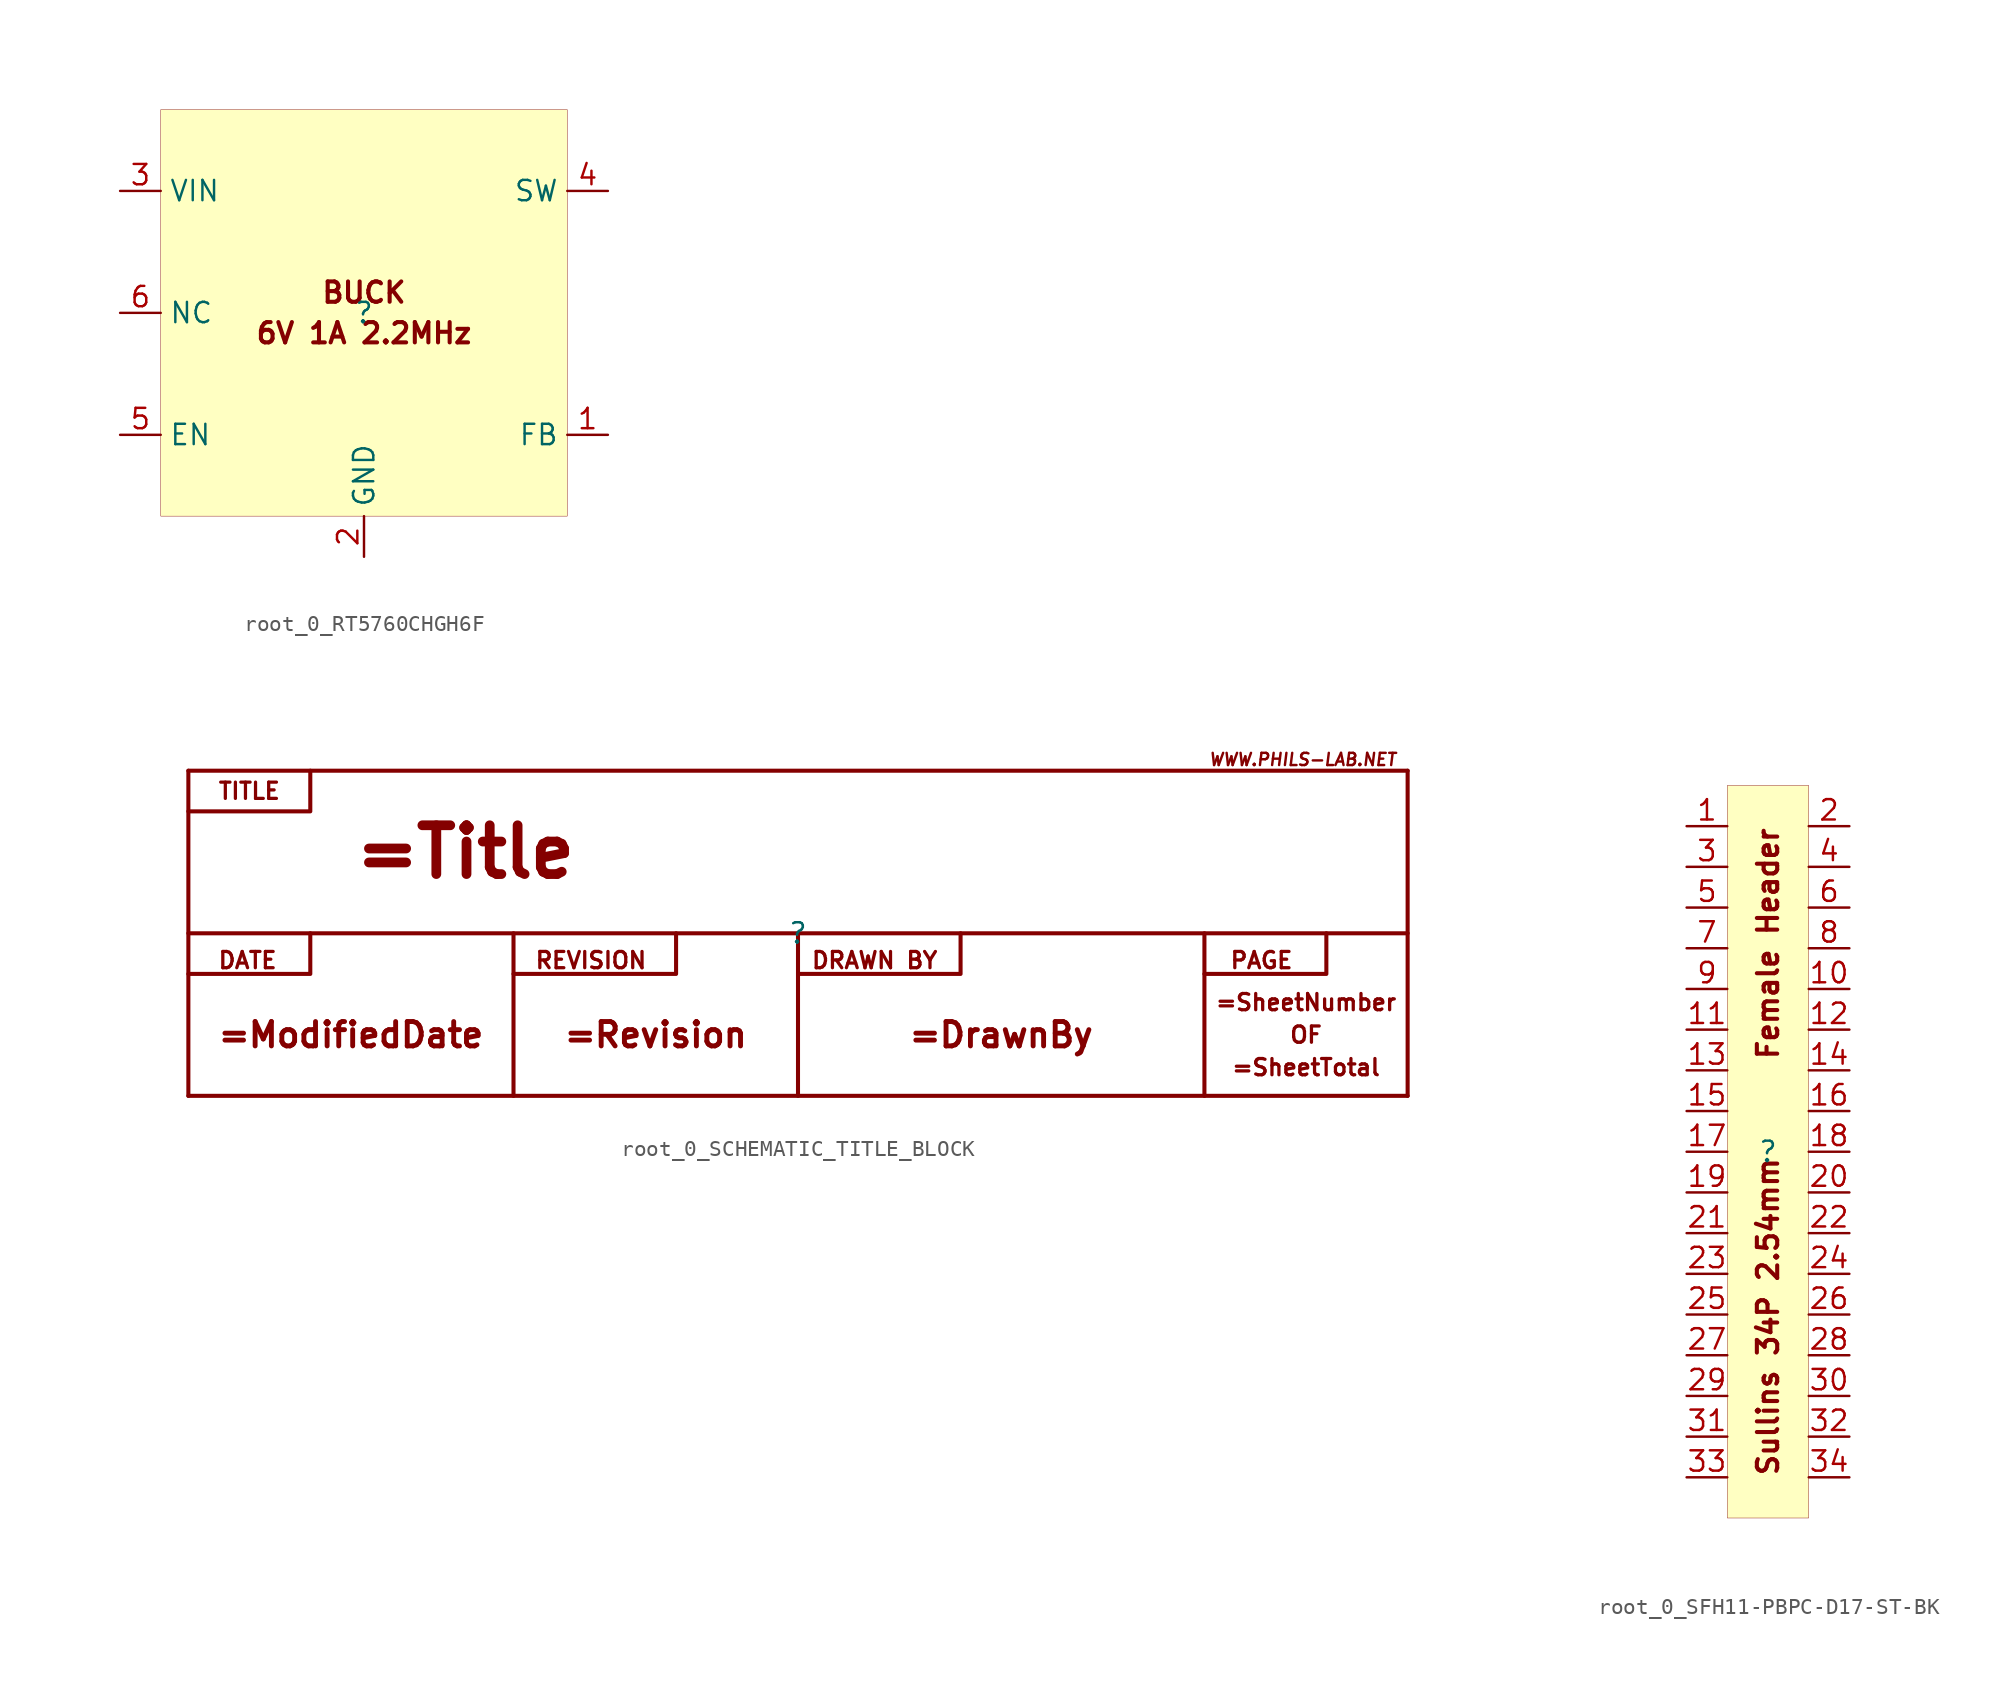
<source format=kicad_sym>
(kicad_symbol_lib
  (version 20231120)
  (generator "kicad_symbol_editor")
  (generator_version "8.0")
  (symbol "root_0_RT5760CHGH6F"
    (property "Reference" ""
      (at 0 0 0)
      (effects (font (size 1.27 1.27))))
    (property "Value" ""
      (at 0 0 0)
      (effects (font (size 1.27 1.27))))
    (symbol "root_0_RT5760CHGH6F_1_0"
      (rectangle (start 12.7 12.7) (end -12.7 -12.7) (stroke (width 0.025) (type solid) (color 128 0 0 1)) (fill (type background)))
      (text "6V 1A 2.2MHz" (at 0 -1.27 0) (effects (font (size 1.27 1.27) (thickness 0.254) (bold yes))))
      (text "BUCK" (at 0 1.27 0) (effects (font (size 1.27 1.27) (thickness 0.254) (bold yes))))
      (pin input line (at 15.24 -7.62 180) (length 2.54) (name "FB" (effects (font (size 1.27 1.27)))) (number "1" (effects (font (size 1.27 1.27)))))
      (pin power_in line (at 0 -15.24 90) (length 2.54) (name "GND" (effects (font (size 1.27 1.27)))) (number "2" (effects (font (size 1.27 1.27)))))
      (pin power_in line (at -15.24 7.62 0) (length 2.54) (name "VIN" (effects (font (size 1.27 1.27)))) (number "3" (effects (font (size 1.27 1.27)))))
      (pin power_in line (at 15.24 7.62 180) (length 2.54) (name "SW" (effects (font (size 1.27 1.27)))) (number "4" (effects (font (size 1.27 1.27)))))
      (pin input line (at -15.24 -7.62 0) (length 2.54) (name "EN" (effects (font (size 1.27 1.27)))) (number "5" (effects (font (size 1.27 1.27)))))
      (pin power_in line (at -15.24 0 0) (length 2.54) (name "NC" (effects (font (size 1.27 1.27)))) (number "6" (effects (font (size 1.27 1.27)))))))
  (symbol "root_0_SCHEMATIC_TITLE_BLOCK"
    (property "Reference" ""
      (at 0 0 0)
      (effects (font (size 1.27 1.27))))
    (property "Value" ""
      (at 0 0 0)
      (effects (font (size 1.27 1.27))))
    (symbol "root_0_SCHEMATIC_TITLE_BLOCK_1_0"
      (polyline (pts (xy -38.1 -10.16) (xy -38.1 10.16)) (stroke (width 0.254) (type solid)) (fill (type none)))
      (polyline (pts (xy -38.1 -10.16) (xy 38.1 -10.16)) (stroke (width 0.254) (type solid)) (fill (type none)))
      (polyline (pts (xy -38.1 0) (xy 38.1 0)) (stroke (width 0.254) (type solid)) (fill (type none)))
      (polyline (pts (xy -38.1 10.16) (xy 38.1 10.16)) (stroke (width 0.254) (type solid)) (fill (type none)))
      (polyline (pts (xy -17.78 0) (xy -17.78 -10.16)) (stroke (width 0.254) (type solid)) (fill (type none)))
      (polyline (pts (xy 0 0) (xy 0 -10.16)) (stroke (width 0.254) (type solid)) (fill (type none)))
      (polyline (pts (xy 25.4 -2.54) (xy 25.4 -10.16)) (stroke (width 0.254) (type solid)) (fill (type none)))
      (polyline (pts (xy 38.1 -10.16) (xy 38.1 10.16)) (stroke (width 0.254) (type solid)) (fill (type none)))
      (polyline (pts (xy -38.1 -2.54) (xy -30.48 -2.54) (xy -30.48 0)) (stroke (width 0.254) (type solid)) (fill (type none)))
      (polyline (pts (xy -38.1 7.62) (xy -30.48 7.62) (xy -30.48 10.16)) (stroke (width 0.254) (type solid)) (fill (type none)))
      (polyline (pts (xy -17.78 -2.54) (xy -7.62 -2.54) (xy -7.62 0)) (stroke (width 0.254) (type solid)) (fill (type none)))
      (polyline (pts (xy 0 -2.54) (xy 10.16 -2.54) (xy 10.16 0)) (stroke (width 0.254) (type solid)) (fill (type none)))
      (polyline (pts (xy 25.4 0) (xy 25.4 -2.54) (xy 33.02 -2.54) (xy 33.02 0)) (stroke (width 0.254) (type solid)) (fill (type none)))
      (text "=DrawnBy" (at 12.7 -6.35 0) (effects (font (size 1.524 1.524) (thickness 0.305) (bold yes))))
      (text "=ModifiedDate" (at -27.94 -6.35 0) (effects (font (size 1.524 1.524) (thickness 0.305) (bold yes))))
      (text "=Revision" (at -8.89 -6.35 0) (effects (font (size 1.524 1.524) (thickness 0.305) (bold yes))))
      (text "=SheetNumber" (at 31.75 -4.318 0) (effects (font (size 1.016 1.016) (thickness 0.203) (bold yes))))
      (text "=SheetTotal" (at 31.75 -8.382 0) (effects (font (size 1.016 1.016) (thickness 0.203) (bold yes))))
      (text "=Title" (at -27.94 5.08 0) (effects (font (size 3.048 3.048) (thickness 0.61) (bold yes)) (justify left)))
      (text "DATE" (at -36.322 -2.286 0) (effects (font (size 1.016 1.016) (thickness 0.203) (bold yes)) (justify left bottom)))
      (text "DRAWN BY" (at 0.762 -2.286 0) (effects (font (size 1.016 1.016) (thickness 0.203) (bold yes)) (justify left bottom)))
      (text "OF" (at 31.75 -6.35 0) (effects (font (size 1.016 1.016) (thickness 0.203) (bold yes))))
      (text "PAGE" (at 26.924 -2.286 0) (effects (font (size 1.016 1.016) (thickness 0.203) (bold yes)) (justify left bottom)))
      (text "REVISION" (at -16.51 -2.286 0) (effects (font (size 1.016 1.016) (thickness 0.203) (bold yes)) (justify left bottom)))
      (text "TITLE" (at -34.29 8.89 0) (effects (font (size 1.016 1.016) (thickness 0.203) (bold yes))))
      (text "WWW.PHILS-LAB.NET" (at 37.465 10.414 0) (effects (font (size 0.762 0.762) (thickness 0.152) (bold yes) (italic yes)) (justify right bottom)))))
  (symbol "root_0_SFH11-PBPC-D17-ST-BK"
    (property "Reference" ""
      (at 0 0 0)
      (effects (font (size 1.27 1.27))))
    (property "Value" ""
      (at 0 0 0)
      (effects (font (size 1.27 1.27))))
    (symbol "root_0_SFH11-PBPC-D17-ST-BK_1_0"
      (rectangle (start 2.54 22.86) (end -2.54 -22.86) (stroke (width 0.025) (type solid) (color 128 0 0 1)) (fill (type background)))
      (text "Female Header" (at 0 20.32 900) (effects (font (size 1.27 1.27) (thickness 0.254) (bold yes)) (justify right)))
      (text "Sullins 34P 2.54mm" (at 0 -20.32 900) (effects (font (size 1.27 1.27) (thickness 0.254) (bold yes)) (justify left)))
      (pin passive line (at -5.08 20.32 0) (length 2.54) (name "" (effects (font (size 1.27 1.27)))) (number "1" (effects (font (size 1.27 1.27)))))
      (pin passive line (at 5.08 10.16 180) (length 2.54) (name "" (effects (font (size 1.27 1.27)))) (number "10" (effects (font (size 1.27 1.27)))))
      (pin passive line (at -5.08 7.62 0) (length 2.54) (name "" (effects (font (size 1.27 1.27)))) (number "11" (effects (font (size 1.27 1.27)))))
      (pin passive line (at 5.08 7.62 180) (length 2.54) (name "" (effects (font (size 1.27 1.27)))) (number "12" (effects (font (size 1.27 1.27)))))
      (pin passive line (at -5.08 5.08 0) (length 2.54) (name "" (effects (font (size 1.27 1.27)))) (number "13" (effects (font (size 1.27 1.27)))))
      (pin passive line (at 5.08 5.08 180) (length 2.54) (name "" (effects (font (size 1.27 1.27)))) (number "14" (effects (font (size 1.27 1.27)))))
      (pin passive line (at -5.08 2.54 0) (length 2.54) (name "" (effects (font (size 1.27 1.27)))) (number "15" (effects (font (size 1.27 1.27)))))
      (pin passive line (at 5.08 2.54 180) (length 2.54) (name "" (effects (font (size 1.27 1.27)))) (number "16" (effects (font (size 1.27 1.27)))))
      (pin passive line (at -5.08 0 0) (length 2.54) (name "" (effects (font (size 1.27 1.27)))) (number "17" (effects (font (size 1.27 1.27)))))
      (pin passive line (at 5.08 0 180) (length 2.54) (name "" (effects (font (size 1.27 1.27)))) (number "18" (effects (font (size 1.27 1.27)))))
      (pin passive line (at -5.08 -2.54 0) (length 2.54) (name "" (effects (font (size 1.27 1.27)))) (number "19" (effects (font (size 1.27 1.27)))))
      (pin passive line (at 5.08 20.32 180) (length 2.54) (name "" (effects (font (size 1.27 1.27)))) (number "2" (effects (font (size 1.27 1.27)))))
      (pin passive line (at 5.08 -2.54 180) (length 2.54) (name "" (effects (font (size 1.27 1.27)))) (number "20" (effects (font (size 1.27 1.27)))))
      (pin passive line (at -5.08 -5.08 0) (length 2.54) (name "" (effects (font (size 1.27 1.27)))) (number "21" (effects (font (size 1.27 1.27)))))
      (pin passive line (at 5.08 -5.08 180) (length 2.54) (name "" (effects (font (size 1.27 1.27)))) (number "22" (effects (font (size 1.27 1.27)))))
      (pin passive line (at -5.08 -7.62 0) (length 2.54) (name "" (effects (font (size 1.27 1.27)))) (number "23" (effects (font (size 1.27 1.27)))))
      (pin passive line (at 5.08 -7.62 180) (length 2.54) (name "" (effects (font (size 1.27 1.27)))) (number "24" (effects (font (size 1.27 1.27)))))
      (pin passive line (at -5.08 -10.16 0) (length 2.54) (name "" (effects (font (size 1.27 1.27)))) (number "25" (effects (font (size 1.27 1.27)))))
      (pin passive line (at 5.08 -10.16 180) (length 2.54) (name "" (effects (font (size 1.27 1.27)))) (number "26" (effects (font (size 1.27 1.27)))))
      (pin passive line (at -5.08 -12.7 0) (length 2.54) (name "" (effects (font (size 1.27 1.27)))) (number "27" (effects (font (size 1.27 1.27)))))
      (pin passive line (at 5.08 -12.7 180) (length 2.54) (name "" (effects (font (size 1.27 1.27)))) (number "28" (effects (font (size 1.27 1.27)))))
      (pin passive line (at -5.08 -15.24 0) (length 2.54) (name "" (effects (font (size 1.27 1.27)))) (number "29" (effects (font (size 1.27 1.27)))))
      (pin passive line (at -5.08 17.78 0) (length 2.54) (name "" (effects (font (size 1.27 1.27)))) (number "3" (effects (font (size 1.27 1.27)))))
      (pin passive line (at 5.08 -15.24 180) (length 2.54) (name "" (effects (font (size 1.27 1.27)))) (number "30" (effects (font (size 1.27 1.27)))))
      (pin passive line (at -5.08 -17.78 0) (length 2.54) (name "" (effects (font (size 1.27 1.27)))) (number "31" (effects (font (size 1.27 1.27)))))
      (pin passive line (at 5.08 -17.78 180) (length 2.54) (name "" (effects (font (size 1.27 1.27)))) (number "32" (effects (font (size 1.27 1.27)))))
      (pin passive line (at -5.08 -20.32 0) (length 2.54) (name "" (effects (font (size 1.27 1.27)))) (number "33" (effects (font (size 1.27 1.27)))))
      (pin passive line (at 5.08 -20.32 180) (length 2.54) (name "" (effects (font (size 1.27 1.27)))) (number "34" (effects (font (size 1.27 1.27)))))
      (pin passive line (at 5.08 17.78 180) (length 2.54) (name "" (effects (font (size 1.27 1.27)))) (number "4" (effects (font (size 1.27 1.27)))))
      (pin passive line (at -5.08 15.24 0) (length 2.54) (name "" (effects (font (size 1.27 1.27)))) (number "5" (effects (font (size 1.27 1.27)))))
      (pin passive line (at 5.08 15.24 180) (length 2.54) (name "" (effects (font (size 1.27 1.27)))) (number "6" (effects (font (size 1.27 1.27)))))
      (pin passive line (at -5.08 12.7 0) (length 2.54) (name "" (effects (font (size 1.27 1.27)))) (number "7" (effects (font (size 1.27 1.27)))))
      (pin passive line (at 5.08 12.7 180) (length 2.54) (name "" (effects (font (size 1.27 1.27)))) (number "8" (effects (font (size 1.27 1.27)))))
      (pin passive line (at -5.08 10.16 0) (length 2.54) (name "" (effects (font (size 1.27 1.27)))) (number "9" (effects (font (size 1.27 1.27))))))))
</source>
